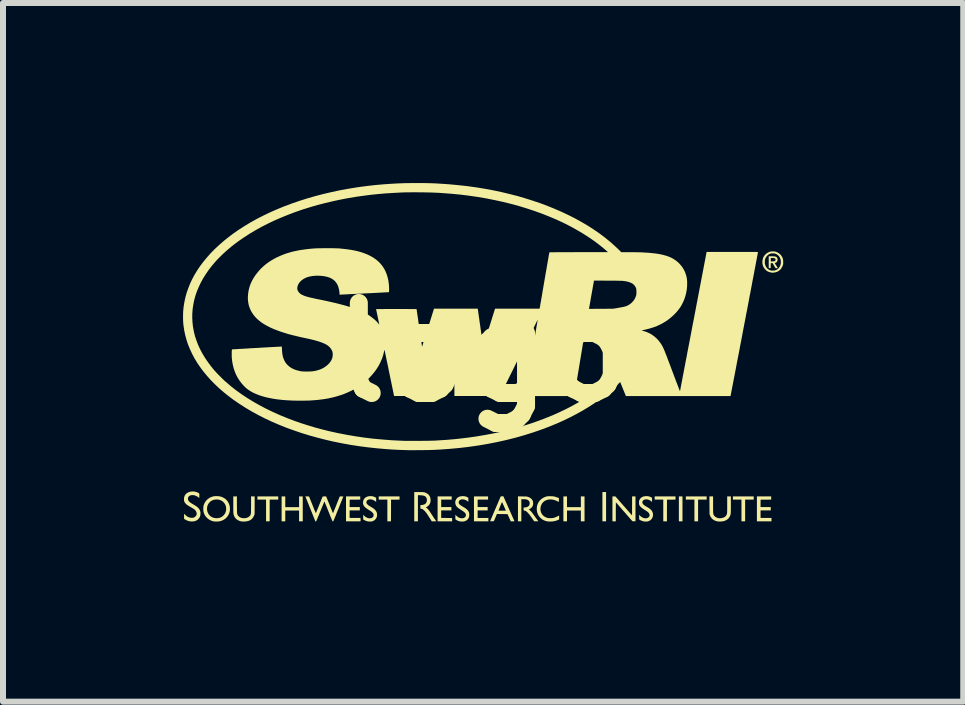
<source format=kicad_pcb>
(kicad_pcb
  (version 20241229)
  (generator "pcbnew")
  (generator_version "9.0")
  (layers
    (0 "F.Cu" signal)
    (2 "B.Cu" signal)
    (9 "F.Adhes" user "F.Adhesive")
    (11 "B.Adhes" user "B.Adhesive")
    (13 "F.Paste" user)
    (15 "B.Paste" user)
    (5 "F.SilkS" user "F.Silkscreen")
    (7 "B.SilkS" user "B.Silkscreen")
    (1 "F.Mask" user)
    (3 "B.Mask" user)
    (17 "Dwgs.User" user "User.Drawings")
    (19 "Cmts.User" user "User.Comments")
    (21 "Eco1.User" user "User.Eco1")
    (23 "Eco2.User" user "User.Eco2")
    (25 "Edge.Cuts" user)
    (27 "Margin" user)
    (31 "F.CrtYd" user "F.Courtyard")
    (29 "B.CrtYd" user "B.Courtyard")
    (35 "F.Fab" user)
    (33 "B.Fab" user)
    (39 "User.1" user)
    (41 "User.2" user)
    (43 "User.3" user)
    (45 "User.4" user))
  (footprint "logo"
    (layer "F.Cu")
    (at 5 2.82)
    (property "Reference" "logo" (at 0 0 0) (layer "F.SilkS") (effects (font (size 1.5 1.5) (thickness 0.3))))
    (attr board_only exclude_from_pos_files exclude_from_bom)
    (fp_poly (pts (xy 2.048 2.572) (xy 2.048 2.816) (xy 2.017 2.816) (xy 1.987 2.816) (xy 1.987 2.572) (xy 1.987 2.328) (xy 2.017 2.328) (xy 2.048 2.328)) (stroke (width 0) (type solid)) (fill yes) (layer "F.SilkS"))
    (fp_poly (pts (xy 3.321 2.608) (xy 3.321 2.816) (xy 3.291 2.816) (xy 3.261 2.816) (xy 3.261 2.608) (xy 3.261 2.401) (xy 3.291 2.401) (xy 3.321 2.401)) (stroke (width 0) (type solid)) (fill yes) (layer "F.SilkS"))
    (fp_poly (pts (xy -3.414 2.427) (xy -3.414 2.454) (xy -3.485 2.454) (xy -3.557 2.454) (xy -3.557 2.635) (xy -3.557 2.816) (xy -3.587 2.816) (xy -3.617 2.816) (xy -3.617 2.635) (xy -3.617 2.454) (xy -3.689 2.454) (xy -3.761 2.454) (xy -3.761 2.427) (xy -3.761 2.401) (xy -3.587 2.401) (xy -3.414 2.401)) (stroke (width 0) (type solid)) (fill yes) (layer "F.SilkS"))
    (fp_poly (pts (xy -1.393 2.427) (xy -1.393 2.454) (xy -1.464 2.455) (xy -1.535 2.455) (xy -1.535 2.635) (xy -1.536 2.816) (xy -1.566 2.816) (xy -1.596 2.816) (xy -1.596 2.635) (xy -1.596 2.454) (xy -1.668 2.454) (xy -1.74 2.454) (xy -1.74 2.427) (xy -1.74 2.401) (xy -1.566 2.401) (xy -1.393 2.401)) (stroke (width 0) (type solid)) (fill yes) (layer "F.SilkS"))
    (fp_poly (pts (xy 3.205 2.427) (xy 3.205 2.454) (xy 3.134 2.455) (xy 3.063 2.455) (xy 3.062 2.635) (xy 3.062 2.816) (xy 3.032 2.816) (xy 3.001 2.816) (xy 3.001 2.635) (xy 3.001 2.454) (xy 2.93 2.454) (xy 2.858 2.454) (xy 2.858 2.427) (xy 2.858 2.401) (xy 3.032 2.401) (xy 3.205 2.401)) (stroke (width 0) (type solid)) (fill yes) (layer "F.SilkS"))
    (fp_poly (pts (xy 3.724 2.427) (xy 3.724 2.454) (xy 3.653 2.454) (xy 3.581 2.454) (xy 3.581 2.635) (xy 3.581 2.816) (xy 3.551 2.816) (xy 3.52 2.816) (xy 3.52 2.635) (xy 3.52 2.454) (xy 3.449 2.454) (xy 3.377 2.454) (xy 3.377 2.427) (xy 3.377 2.401) (xy 3.551 2.401) (xy 3.724 2.401)) (stroke (width 0) (type solid)) (fill yes) (layer "F.SilkS"))
    (fp_poly (pts (xy 4.508 2.427) (xy 4.508 2.454) (xy 4.436 2.454) (xy 4.365 2.454) (xy 4.365 2.635) (xy 4.365 2.816) (xy 4.334 2.816) (xy 4.304 2.816) (xy 4.304 2.635) (xy 4.304 2.454) (xy 4.233 2.454) (xy 4.161 2.454) (xy 4.161 2.427) (xy 4.161 2.401) (xy 4.334 2.401) (xy 4.508 2.401)) (stroke (width 0) (type solid)) (fill yes) (layer "F.SilkS"))
    (fp_poly (pts (xy -3.297 2.491) (xy -3.297 2.58) (xy -3.182 2.58) (xy -3.067 2.58) (xy -3.067 2.491) (xy -3.067 2.401) (xy -3.036 2.401) (xy -3.006 2.401) (xy -3.006 2.608) (xy -3.006 2.816) (xy -3.036 2.816) (xy -3.067 2.816) (xy -3.067 2.726) (xy -3.067 2.636) (xy -3.182 2.636) (xy -3.297 2.636) (xy -3.297 2.726) (xy -3.297 2.816) (xy -3.328 2.816) (xy -3.358 2.816) (xy -3.358 2.608) (xy -3.358 2.401) (xy -3.328 2.401) (xy -3.297 2.401)) (stroke (width 0) (type solid)) (fill yes) (layer "F.SilkS"))
    (fp_poly (pts (xy -2.048 2.427) (xy -2.048 2.454) (xy -2.136 2.455) (xy -2.224 2.455) (xy -2.224 2.517) (xy -2.225 2.578) (xy -2.14 2.578) (xy -2.055 2.578) (xy -2.055 2.606) (xy -2.055 2.634) (xy -2.14 2.634) (xy -2.225 2.634) (xy -2.225 2.697) (xy -2.225 2.76) (xy -2.134 2.76) (xy -2.043 2.76) (xy -2.043 2.788) (xy -2.043 2.816) (xy -2.164 2.816) (xy -2.285 2.816) (xy -2.285 2.608) (xy -2.285 2.401) (xy -2.167 2.401) (xy -2.048 2.401)) (stroke (width 0) (type solid)) (fill yes) (layer "F.SilkS"))
    (fp_poly (pts (xy -0.524 2.427) (xy -0.524 2.454) (xy -0.611 2.454) (xy -0.699 2.454) (xy -0.699 2.516) (xy -0.699 2.578) (xy -0.614 2.578) (xy -0.529 2.578) (xy -0.529 2.606) (xy -0.529 2.634) (xy -0.614 2.634) (xy -0.699 2.634) (xy -0.699 2.697) (xy -0.699 2.76) (xy -0.608 2.76) (xy -0.518 2.761) (xy -0.517 2.788) (xy -0.517 2.816) (xy -0.638 2.816) (xy -0.759 2.816) (xy -0.759 2.608) (xy -0.759 2.401) (xy -0.642 2.401) (xy -0.524 2.401)) (stroke (width 0) (type solid)) (fill yes) (layer "F.SilkS"))
    (fp_poly (pts (xy 0.082 2.427) (xy 0.082 2.454) (xy -0.005 2.454) (xy -0.092 2.454) (xy -0.092 2.516) (xy -0.092 2.578) (xy -0.008 2.578) (xy 0.075 2.578) (xy 0.075 2.606) (xy 0.075 2.634) (xy -0.008 2.634) (xy -0.092 2.634) (xy -0.092 2.697) (xy -0.092 2.76) (xy -0.002 2.76) (xy 0.087 2.76) (xy 0.087 2.788) (xy 0.087 2.816) (xy -0.033 2.816) (xy -0.153 2.816) (xy -0.153 2.608) (xy -0.153 2.401) (xy -0.035 2.401) (xy 0.082 2.401)) (stroke (width 0) (type solid)) (fill yes) (layer "F.SilkS"))
    (fp_poly (pts (xy 1.397 2.491) (xy 1.397 2.58) (xy 1.513 2.58) (xy 1.628 2.58) (xy 1.628 2.491) (xy 1.628 2.401) (xy 1.658 2.401) (xy 1.689 2.401) (xy 1.689 2.608) (xy 1.689 2.816) (xy 1.658 2.816) (xy 1.628 2.816) (xy 1.628 2.726) (xy 1.628 2.636) (xy 1.513 2.636) (xy 1.397 2.636) (xy 1.397 2.726) (xy 1.397 2.816) (xy 1.367 2.816) (xy 1.337 2.816) (xy 1.337 2.608) (xy 1.337 2.401) (xy 1.367 2.401) (xy 1.397 2.401)) (stroke (width 0) (type solid)) (fill yes) (layer "F.SilkS"))
    (fp_poly (pts (xy 4.799 2.427) (xy 4.799 2.454) (xy 4.711 2.455) (xy 4.623 2.455) (xy 4.622 2.517) (xy 4.622 2.578) (xy 4.707 2.578) (xy 4.792 2.578) (xy 4.792 2.606) (xy 4.792 2.634) (xy 4.707 2.634) (xy 4.622 2.634) (xy 4.622 2.697) (xy 4.622 2.76) (xy 4.713 2.76) (xy 4.804 2.76) (xy 4.804 2.788) (xy 4.804 2.816) (xy 4.683 2.816) (xy 4.561 2.816) (xy 4.561 2.608) (xy 4.561 2.401) (xy 4.68 2.401) (xy 4.799 2.401)) (stroke (width 0) (type solid)) (fill yes) (layer "F.SilkS"))
    (fp_poly (pts (xy 2.342 2.559) (xy 2.481 2.718) (xy 2.481 2.559) (xy 2.482 2.401) (xy 2.51 2.401) (xy 2.538 2.401) (xy 2.538 2.608) (xy 2.538 2.816) (xy 2.512 2.815) (xy 2.486 2.814) (xy 2.35 2.657) (xy 2.329 2.634) (xy 2.31 2.611) (xy 2.291 2.59) (xy 2.274 2.57) (xy 2.259 2.553) (xy 2.245 2.537) (xy 2.233 2.524) (xy 2.224 2.513) (xy 2.217 2.506) (xy 2.213 2.501) (xy 2.212 2.5) (xy 2.212 2.503) (xy 2.211 2.509) (xy 2.211 2.52) (xy 2.211 2.535) (xy 2.211 2.553) (xy 2.211 2.573) (xy 2.21 2.596) (xy 2.21 2.621) (xy 2.21 2.648) (xy 2.21 2.658) (xy 2.21 2.816) (xy 2.182 2.816) (xy 2.154 2.816) (xy 2.154 2.608) (xy 2.154 2.401) (xy 2.179 2.401) (xy 2.203 2.401)) (stroke (width 0) (type solid)) (fill yes) (layer "F.SilkS"))
    (fp_poly (pts (xy 3.831 2.538) (xy 3.831 2.569) (xy 3.831 2.595) (xy 3.831 2.618) (xy 3.831 2.637) (xy 3.832 2.653) (xy 3.832 2.666) (xy 3.833 2.676) (xy 3.834 2.685) (xy 3.835 2.692) (xy 3.836 2.698) (xy 3.838 2.703) (xy 3.84 2.707) (xy 3.842 2.712) (xy 3.851 2.724) (xy 3.863 2.737) (xy 3.879 2.747) (xy 3.896 2.756) (xy 3.913 2.762) (xy 3.915 2.762) (xy 3.938 2.765) (xy 3.961 2.764) (xy 3.985 2.76) (xy 4.007 2.752) (xy 4.012 2.75) (xy 4.03 2.74) (xy 4.044 2.726) (xy 4.055 2.71) (xy 4.062 2.69) (xy 4.064 2.68) (xy 4.064 2.674) (xy 4.065 2.663) (xy 4.065 2.648) (xy 4.066 2.629) (xy 4.066 2.607) (xy 4.066 2.582) (xy 4.066 2.553) (xy 4.066 2.532) (xy 4.066 2.401) (xy 4.097 2.401) (xy 4.127 2.401) (xy 4.127 2.536) (xy 4.127 2.567) (xy 4.127 2.595) (xy 4.127 2.619) (xy 4.126 2.641) (xy 4.126 2.659) (xy 4.125 2.673) (xy 4.125 2.683) (xy 4.124 2.687) (xy 4.118 2.715) (xy 4.107 2.739) (xy 4.093 2.761) (xy 4.075 2.779) (xy 4.054 2.794) (xy 4.029 2.806) (xy 4.007 2.813) (xy 3.993 2.816) (xy 3.975 2.818) (xy 3.956 2.819) (xy 3.937 2.82) (xy 3.919 2.819) (xy 3.905 2.817) (xy 3.903 2.817) (xy 3.874 2.809) (xy 3.848 2.798) (xy 3.826 2.783) (xy 3.807 2.765) (xy 3.792 2.744) (xy 3.78 2.72) (xy 3.778 2.715) (xy 3.772 2.696) (xy 3.771 2.548) (xy 3.77 2.401) (xy 3.801 2.401) (xy 3.831 2.401)) (stroke (width 0) (type solid)) (fill yes) (layer "F.SilkS"))
    (fp_poly (pts (xy -4.103 2.531) (xy -4.103 2.556) (xy -4.102 2.581) (xy -4.102 2.604) (xy -4.102 2.625) (xy -4.102 2.643) (xy -4.101 2.658) (xy -4.101 2.67) (xy -4.1 2.677) (xy -4.1 2.679) (xy -4.096 2.698) (xy -4.09 2.713) (xy -4.079 2.727) (xy -4.075 2.731) (xy -4.058 2.745) (xy -4.038 2.755) (xy -4.016 2.762) (xy -3.991 2.764) (xy -3.966 2.763) (xy -3.953 2.761) (xy -3.931 2.755) (xy -3.912 2.746) (xy -3.896 2.734) (xy -3.884 2.721) (xy -3.879 2.713) (xy -3.877 2.708) (xy -3.875 2.704) (xy -3.873 2.699) (xy -3.872 2.693) (xy -3.87 2.686) (xy -3.869 2.678) (xy -3.869 2.668) (xy -3.868 2.655) (xy -3.868 2.64) (xy -3.868 2.622) (xy -3.867 2.6) (xy -3.867 2.574) (xy -3.867 2.544) (xy -3.867 2.539) (xy -3.867 2.401) (xy -3.837 2.401) (xy -3.807 2.401) (xy -3.807 2.548) (xy -3.808 2.696) (xy -3.815 2.715) (xy -3.826 2.74) (xy -3.841 2.762) (xy -3.859 2.781) (xy -3.88 2.796) (xy -3.904 2.807) (xy -3.906 2.807) (xy -3.927 2.813) (xy -3.95 2.817) (xy -3.975 2.82) (xy -3.999 2.82) (xy -4.021 2.819) (xy -4.025 2.818) (xy -4.054 2.811) (xy -4.08 2.8) (xy -4.103 2.786) (xy -4.122 2.769) (xy -4.138 2.749) (xy -4.15 2.726) (xy -4.158 2.7) (xy -4.161 2.686) (xy -4.161 2.68) (xy -4.162 2.67) (xy -4.162 2.656) (xy -4.163 2.638) (xy -4.163 2.618) (xy -4.163 2.595) (xy -4.163 2.57) (xy -4.163 2.543) (xy -4.163 2.535) (xy -4.163 2.401) (xy -4.133 2.401) (xy -4.103 2.401)) (stroke (width 0) (type solid)) (fill yes) (layer "F.SilkS"))
    (fp_poly (pts (xy 4.827 -1.6) (xy 4.844 -1.599) (xy 4.857 -1.598) (xy 4.868 -1.596) (xy 4.877 -1.593) (xy 4.884 -1.589) (xy 4.89 -1.584) (xy 4.892 -1.583) (xy 4.9 -1.571) (xy 4.904 -1.558) (xy 4.906 -1.543) (xy 4.904 -1.528) (xy 4.899 -1.515) (xy 4.893 -1.506) (xy 4.887 -1.501) (xy 4.88 -1.496) (xy 4.873 -1.493) (xy 4.867 -1.491) (xy 4.866 -1.491) (xy 4.863 -1.49) (xy 4.861 -1.489) (xy 4.86 -1.486) (xy 4.862 -1.482) (xy 4.865 -1.474) (xy 4.871 -1.464) (xy 4.88 -1.451) (xy 4.883 -1.447) (xy 4.891 -1.434) (xy 4.897 -1.423) (xy 4.903 -1.414) (xy 4.907 -1.407) (xy 4.908 -1.404) (xy 4.908 -1.404) (xy 4.906 -1.402) (xy 4.9 -1.401) (xy 4.893 -1.401) (xy 4.885 -1.401) (xy 4.878 -1.402) (xy 4.872 -1.404) (xy 4.871 -1.404) (xy 4.869 -1.408) (xy 4.865 -1.414) (xy 4.859 -1.423) (xy 4.852 -1.435) (xy 4.845 -1.447) (xy 4.822 -1.486) (xy 4.807 -1.486) (xy 4.792 -1.486) (xy 4.791 -1.444) (xy 4.791 -1.402) (xy 4.776 -1.402) (xy 4.768 -1.402) (xy 4.762 -1.402) (xy 4.76 -1.403) (xy 4.759 -1.405) (xy 4.759 -1.412) (xy 4.758 -1.423) (xy 4.758 -1.437) (xy 4.758 -1.454) (xy 4.758 -1.473) (xy 4.758 -1.494) (xy 4.758 -1.502) (xy 4.758 -1.543) (xy 4.792 -1.543) (xy 4.792 -1.515) (xy 4.815 -1.515) (xy 4.827 -1.515) (xy 4.838 -1.516) (xy 4.847 -1.517) (xy 4.85 -1.518) (xy 4.861 -1.522) (xy 4.868 -1.528) (xy 4.871 -1.537) (xy 4.872 -1.544) (xy 4.871 -1.553) (xy 4.867 -1.56) (xy 4.861 -1.565) (xy 4.852 -1.568) (xy 4.839 -1.57) (xy 4.821 -1.571) (xy 4.817 -1.571) (xy 4.792 -1.571) (xy 4.792 -1.543) (xy 4.758 -1.543) (xy 4.758 -1.6) (xy 4.806 -1.6)) (stroke (width 0) (type solid)) (fill yes) (layer "F.SilkS"))
    (fp_poly (pts (xy 0.653 2.401) (xy 0.674 2.402) (xy 0.691 2.402) (xy 0.705 2.402) (xy 0.715 2.403) (xy 0.724 2.403) (xy 0.73 2.404) (xy 0.736 2.405) (xy 0.741 2.407) (xy 0.745 2.408) (xy 0.769 2.417) (xy 0.789 2.429) (xy 0.806 2.444) (xy 0.819 2.461) (xy 0.828 2.48) (xy 0.832 2.499) (xy 0.833 2.519) (xy 0.831 2.539) (xy 0.826 2.556) (xy 0.823 2.563) (xy 0.815 2.577) (xy 0.803 2.59) (xy 0.789 2.602) (xy 0.775 2.611) (xy 0.775 2.611) (xy 0.76 2.618) (xy 0.777 2.631) (xy 0.787 2.64) (xy 0.797 2.65) (xy 0.808 2.662) (xy 0.819 2.677) (xy 0.832 2.694) (xy 0.847 2.716) (xy 0.849 2.717) (xy 0.859 2.732) (xy 0.87 2.748) (xy 0.882 2.764) (xy 0.892 2.778) (xy 0.896 2.783) (xy 0.904 2.794) (xy 0.911 2.803) (xy 0.916 2.809) (xy 0.919 2.813) (xy 0.92 2.814) (xy 0.917 2.815) (xy 0.911 2.815) (xy 0.902 2.815) (xy 0.89 2.815) (xy 0.885 2.815) (xy 0.85 2.815) (xy 0.822 2.775) (xy 0.803 2.747) (xy 0.785 2.723) (xy 0.77 2.703) (xy 0.756 2.686) (xy 0.743 2.672) (xy 0.732 2.661) (xy 0.721 2.652) (xy 0.711 2.645) (xy 0.701 2.641) (xy 0.69 2.638) (xy 0.686 2.637) (xy 0.674 2.636) (xy 0.674 2.61) (xy 0.674 2.585) (xy 0.689 2.585) (xy 0.71 2.583) (xy 0.728 2.579) (xy 0.745 2.571) (xy 0.758 2.561) (xy 0.768 2.549) (xy 0.772 2.54) (xy 0.774 2.529) (xy 0.775 2.515) (xy 0.774 2.502) (xy 0.772 2.492) (xy 0.766 2.481) (xy 0.757 2.471) (xy 0.747 2.462) (xy 0.742 2.459) (xy 0.729 2.454) (xy 0.713 2.45) (xy 0.693 2.448) (xy 0.67 2.447) (xy 0.665 2.447) (xy 0.636 2.447) (xy 0.636 2.631) (xy 0.636 2.816) (xy 0.608 2.816) (xy 0.58 2.816) (xy 0.58 2.608) (xy 0.58 2.4)) (stroke (width 0) (type solid)) (fill yes) (layer "F.SilkS"))
    (fp_poly (pts (xy -1.858 2.397) (xy -1.84 2.399) (xy -1.824 2.404) (xy -1.806 2.412) (xy -1.803 2.413) (xy -1.783 2.423) (xy -1.783 2.458) (xy -1.783 2.493) (xy -1.797 2.482) (xy -1.814 2.47) (xy -1.832 2.461) (xy -1.851 2.454) (xy -1.869 2.451) (xy -1.886 2.45) (xy -1.902 2.452) (xy -1.916 2.456) (xy -1.928 2.464) (xy -1.938 2.474) (xy -1.943 2.486) (xy -1.945 2.495) (xy -1.945 2.506) (xy -1.942 2.516) (xy -1.936 2.526) (xy -1.927 2.536) (xy -1.914 2.547) (xy -1.898 2.558) (xy -1.877 2.571) (xy -1.858 2.582) (xy -1.842 2.592) (xy -1.83 2.6) (xy -1.819 2.608) (xy -1.81 2.616) (xy -1.802 2.624) (xy -1.799 2.627) (xy -1.784 2.646) (xy -1.774 2.666) (xy -1.769 2.688) (xy -1.767 2.712) (xy -1.77 2.735) (xy -1.777 2.756) (xy -1.788 2.774) (xy -1.803 2.791) (xy -1.821 2.804) (xy -1.841 2.814) (xy -1.853 2.817) (xy -1.868 2.819) (xy -1.884 2.82) (xy -1.901 2.82) (xy -1.916 2.818) (xy -1.924 2.817) (xy -1.951 2.809) (xy -1.976 2.798) (xy -1.982 2.794) (xy -1.998 2.785) (xy -1.999 2.746) (xy -1.999 2.707) (xy -1.981 2.725) (xy -1.964 2.739) (xy -1.946 2.75) (xy -1.928 2.759) (xy -1.909 2.764) (xy -1.89 2.766) (xy -1.873 2.765) (xy -1.858 2.76) (xy -1.844 2.752) (xy -1.833 2.741) (xy -1.83 2.737) (xy -1.826 2.724) (xy -1.825 2.71) (xy -1.827 2.695) (xy -1.829 2.69) (xy -1.836 2.68) (xy -1.846 2.668) (xy -1.859 2.657) (xy -1.874 2.645) (xy -1.884 2.639) (xy -1.909 2.624) (xy -1.929 2.61) (xy -1.946 2.598) (xy -1.959 2.588) (xy -1.97 2.578) (xy -1.979 2.569) (xy -1.986 2.559) (xy -1.992 2.549) (xy -1.993 2.547) (xy -1.999 2.53) (xy -2.002 2.511) (xy -2.001 2.491) (xy -1.997 2.471) (xy -1.99 2.453) (xy -1.988 2.45) (xy -1.975 2.432) (xy -1.958 2.418) (xy -1.938 2.407) (xy -1.916 2.4) (xy -1.89 2.396) (xy -1.877 2.396)) (stroke (width 0) (type solid)) (fill yes) (layer "F.SilkS"))
    (fp_poly (pts (xy -0.313 2.398) (xy -0.295 2.401) (xy -0.279 2.406) (xy -0.263 2.414) (xy -0.26 2.416) (xy -0.247 2.423) (xy -0.247 2.457) (xy -0.247 2.491) (xy -0.254 2.486) (xy -0.26 2.482) (xy -0.267 2.476) (xy -0.275 2.471) (xy -0.292 2.462) (xy -0.31 2.455) (xy -0.328 2.451) (xy -0.345 2.45) (xy -0.361 2.451) (xy -0.376 2.455) (xy -0.388 2.462) (xy -0.398 2.471) (xy -0.405 2.482) (xy -0.408 2.495) (xy -0.408 2.497) (xy -0.407 2.506) (xy -0.406 2.514) (xy -0.403 2.521) (xy -0.398 2.528) (xy -0.391 2.536) (xy -0.382 2.544) (xy -0.369 2.553) (xy -0.353 2.563) (xy -0.334 2.575) (xy -0.318 2.584) (xy -0.293 2.6) (xy -0.273 2.616) (xy -0.257 2.632) (xy -0.245 2.649) (xy -0.237 2.667) (xy -0.232 2.686) (xy -0.231 2.708) (xy -0.231 2.708) (xy -0.233 2.731) (xy -0.239 2.753) (xy -0.249 2.772) (xy -0.263 2.789) (xy -0.28 2.802) (xy -0.3 2.812) (xy -0.32 2.818) (xy -0.333 2.82) (xy -0.348 2.82) (xy -0.364 2.82) (xy -0.378 2.818) (xy -0.382 2.818) (xy -0.4 2.814) (xy -0.419 2.807) (xy -0.437 2.799) (xy -0.452 2.79) (xy -0.456 2.787) (xy -0.463 2.781) (xy -0.463 2.744) (xy -0.463 2.706) (xy -0.445 2.724) (xy -0.428 2.738) (xy -0.413 2.749) (xy -0.397 2.757) (xy -0.381 2.762) (xy -0.368 2.764) (xy -0.349 2.765) (xy -0.331 2.763) (xy -0.317 2.757) (xy -0.304 2.749) (xy -0.295 2.739) (xy -0.289 2.727) (xy -0.287 2.713) (xy -0.289 2.699) (xy -0.293 2.687) (xy -0.301 2.677) (xy -0.312 2.665) (xy -0.328 2.652) (xy -0.349 2.638) (xy -0.365 2.627) (xy -0.387 2.614) (xy -0.404 2.602) (xy -0.418 2.592) (xy -0.43 2.582) (xy -0.439 2.572) (xy -0.446 2.563) (xy -0.453 2.552) (xy -0.456 2.545) (xy -0.463 2.526) (xy -0.465 2.506) (xy -0.464 2.486) (xy -0.458 2.466) (xy -0.449 2.447) (xy -0.436 2.431) (xy -0.433 2.428) (xy -0.417 2.415) (xy -0.399 2.406) (xy -0.379 2.4) (xy -0.357 2.397) (xy -0.334 2.396)) (stroke (width 0) (type solid)) (fill yes) (layer "F.SilkS"))
    (fp_poly (pts (xy 0.341 2.407) (xy 0.342 2.411) (xy 0.345 2.418) (xy 0.35 2.429) (xy 0.357 2.443) (xy 0.364 2.46) (xy 0.373 2.48) (xy 0.383 2.501) (xy 0.393 2.525) (xy 0.404 2.549) (xy 0.415 2.575) (xy 0.427 2.601) (xy 0.438 2.627) (xy 0.45 2.653) (xy 0.461 2.678) (xy 0.472 2.702) (xy 0.482 2.725) (xy 0.491 2.746) (xy 0.5 2.765) (xy 0.507 2.781) (xy 0.513 2.794) (xy 0.517 2.804) (xy 0.52 2.811) (xy 0.521 2.813) (xy 0.52 2.814) (xy 0.517 2.815) (xy 0.51 2.815) (xy 0.499 2.816) (xy 0.491 2.816) (xy 0.46 2.816) (xy 0.433 2.756) (xy 0.406 2.696) (xy 0.317 2.695) (xy 0.229 2.694) (xy 0.204 2.754) (xy 0.178 2.814) (xy 0.147 2.815) (xy 0.136 2.815) (xy 0.126 2.815) (xy 0.119 2.815) (xy 0.117 2.814) (xy 0.117 2.814) (xy 0.117 2.811) (xy 0.12 2.805) (xy 0.125 2.794) (xy 0.13 2.78) (xy 0.138 2.763) (xy 0.146 2.743) (xy 0.156 2.721) (xy 0.166 2.696) (xy 0.178 2.669) (xy 0.19 2.64) (xy 0.191 2.637) (xy 0.255 2.637) (xy 0.257 2.637) (xy 0.264 2.638) (xy 0.274 2.638) (xy 0.287 2.638) (xy 0.302 2.638) (xy 0.317 2.639) (xy 0.333 2.638) (xy 0.348 2.638) (xy 0.361 2.638) (xy 0.371 2.638) (xy 0.377 2.638) (xy 0.378 2.637) (xy 0.378 2.635) (xy 0.375 2.629) (xy 0.371 2.619) (xy 0.366 2.608) (xy 0.36 2.594) (xy 0.353 2.579) (xy 0.346 2.564) (xy 0.34 2.549) (xy 0.333 2.535) (xy 0.328 2.522) (xy 0.323 2.511) (xy 0.319 2.503) (xy 0.317 2.499) (xy 0.317 2.498) (xy 0.316 2.497) (xy 0.315 2.497) (xy 0.313 2.498) (xy 0.311 2.502) (xy 0.308 2.508) (xy 0.304 2.517) (xy 0.299 2.529) (xy 0.292 2.545) (xy 0.284 2.564) (xy 0.277 2.581) (xy 0.271 2.598) (xy 0.265 2.612) (xy 0.26 2.623) (xy 0.257 2.631) (xy 0.255 2.636) (xy 0.255 2.637) (xy 0.191 2.637) (xy 0.203 2.611) (xy 0.205 2.606) (xy 0.293 2.4) (xy 0.315 2.399) (xy 0.336 2.398)) (stroke (width 0) (type solid)) (fill yes) (layer "F.SilkS"))
    (fp_poly (pts (xy 2.745 2.397) (xy 2.768 2.402) (xy 2.79 2.411) (xy 2.798 2.415) (xy 2.814 2.424) (xy 2.814 2.458) (xy 2.814 2.493) (xy 2.801 2.482) (xy 2.784 2.47) (xy 2.764 2.46) (xy 2.745 2.453) (xy 2.735 2.451) (xy 2.716 2.45) (xy 2.699 2.451) (xy 2.683 2.456) (xy 2.671 2.463) (xy 2.661 2.473) (xy 2.654 2.484) (xy 2.652 2.498) (xy 2.652 2.498) (xy 2.654 2.51) (xy 2.659 2.522) (xy 2.668 2.534) (xy 2.68 2.545) (xy 2.697 2.557) (xy 2.715 2.568) (xy 2.741 2.583) (xy 2.763 2.597) (xy 2.781 2.61) (xy 2.795 2.623) (xy 2.807 2.636) (xy 2.815 2.649) (xy 2.822 2.663) (xy 2.826 2.678) (xy 2.829 2.692) (xy 2.83 2.715) (xy 2.826 2.737) (xy 2.819 2.758) (xy 2.807 2.776) (xy 2.792 2.792) (xy 2.774 2.805) (xy 2.753 2.814) (xy 2.745 2.817) (xy 2.732 2.819) (xy 2.715 2.82) (xy 2.698 2.82) (xy 2.681 2.818) (xy 2.674 2.817) (xy 2.647 2.809) (xy 2.621 2.798) (xy 2.615 2.794) (xy 2.6 2.785) (xy 2.599 2.746) (xy 2.598 2.707) (xy 2.616 2.725) (xy 2.634 2.74) (xy 2.653 2.752) (xy 2.673 2.76) (xy 2.692 2.765) (xy 2.711 2.766) (xy 2.729 2.763) (xy 2.745 2.757) (xy 2.759 2.746) (xy 2.762 2.743) (xy 2.77 2.731) (xy 2.773 2.718) (xy 2.772 2.704) (xy 2.767 2.689) (xy 2.758 2.675) (xy 2.745 2.662) (xy 2.74 2.657) (xy 2.732 2.652) (xy 2.722 2.645) (xy 2.71 2.637) (xy 2.698 2.629) (xy 2.696 2.628) (xy 2.674 2.614) (xy 2.655 2.601) (xy 2.641 2.59) (xy 2.629 2.58) (xy 2.619 2.57) (xy 2.612 2.56) (xy 2.605 2.55) (xy 2.604 2.547) (xy 2.601 2.541) (xy 2.599 2.535) (xy 2.598 2.529) (xy 2.597 2.521) (xy 2.597 2.51) (xy 2.597 2.504) (xy 2.597 2.491) (xy 2.598 2.482) (xy 2.598 2.476) (xy 2.6 2.47) (xy 2.603 2.463) (xy 2.606 2.456) (xy 2.618 2.437) (xy 2.633 2.422) (xy 2.651 2.41) (xy 2.673 2.402) (xy 2.698 2.397) (xy 2.72 2.396)) (stroke (width 0) (type solid)) (fill yes) (layer "F.SilkS"))
    (fp_poly (pts (xy 1.138 2.398) (xy 1.155 2.398) (xy 1.169 2.4) (xy 1.183 2.402) (xy 1.197 2.406) (xy 1.213 2.411) (xy 1.232 2.417) (xy 1.237 2.419) (xy 1.262 2.428) (xy 1.262 2.461) (xy 1.262 2.473) (xy 1.261 2.482) (xy 1.261 2.489) (xy 1.261 2.493) (xy 1.26 2.493) (xy 1.258 2.492) (xy 1.252 2.489) (xy 1.245 2.485) (xy 1.244 2.485) (xy 1.214 2.471) (xy 1.184 2.46) (xy 1.154 2.454) (xy 1.124 2.451) (xy 1.095 2.453) (xy 1.067 2.458) (xy 1.042 2.468) (xy 1.04 2.469) (xy 1.017 2.482) (xy 0.998 2.499) (xy 0.982 2.518) (xy 0.97 2.54) (xy 0.961 2.563) (xy 0.956 2.587) (xy 0.954 2.611) (xy 0.956 2.636) (xy 0.962 2.66) (xy 0.972 2.683) (xy 0.987 2.705) (xy 0.998 2.718) (xy 1.019 2.735) (xy 1.042 2.748) (xy 1.069 2.758) (xy 1.072 2.759) (xy 1.086 2.762) (xy 1.102 2.763) (xy 1.12 2.763) (xy 1.139 2.763) (xy 1.157 2.761) (xy 1.172 2.759) (xy 1.175 2.758) (xy 1.2 2.75) (xy 1.224 2.74) (xy 1.246 2.729) (xy 1.248 2.728) (xy 1.256 2.724) (xy 1.262 2.72) (xy 1.265 2.719) (xy 1.265 2.719) (xy 1.266 2.721) (xy 1.266 2.727) (xy 1.266 2.736) (xy 1.266 2.748) (xy 1.266 2.751) (xy 1.266 2.784) (xy 1.255 2.79) (xy 1.239 2.797) (xy 1.22 2.804) (xy 1.2 2.81) (xy 1.186 2.813) (xy 1.172 2.816) (xy 1.154 2.818) (xy 1.134 2.819) (xy 1.114 2.82) (xy 1.094 2.819) (xy 1.078 2.818) (xy 1.068 2.817) (xy 1.037 2.809) (xy 1.008 2.797) (xy 0.982 2.782) (xy 0.959 2.763) (xy 0.938 2.741) (xy 0.921 2.717) (xy 0.908 2.69) (xy 0.899 2.662) (xy 0.894 2.631) (xy 0.893 2.612) (xy 0.895 2.578) (xy 0.901 2.547) (xy 0.912 2.518) (xy 0.927 2.491) (xy 0.946 2.467) (xy 0.968 2.446) (xy 0.994 2.428) (xy 1.023 2.413) (xy 1.049 2.404) (xy 1.057 2.402) (xy 1.064 2.4) (xy 1.071 2.399) (xy 1.078 2.398) (xy 1.088 2.398) (xy 1.1 2.397) (xy 1.116 2.397) (xy 1.118 2.397)) (stroke (width 0) (type solid)) (fill yes) (layer "F.SilkS"))
    (fp_poly (pts (xy -1.068 2.328) (xy -1.046 2.329) (xy -1.029 2.329) (xy -1.015 2.329) (xy -1.004 2.33) (xy -0.995 2.33) (xy -0.988 2.331) (xy -0.983 2.332) (xy -0.978 2.333) (xy -0.973 2.334) (xy -0.972 2.335) (xy -0.946 2.346) (xy -0.924 2.359) (xy -0.906 2.375) (xy -0.893 2.394) (xy -0.883 2.415) (xy -0.88 2.426) (xy -0.878 2.44) (xy -0.876 2.456) (xy -0.876 2.472) (xy -0.877 2.486) (xy -0.878 2.495) (xy -0.885 2.516) (xy -0.896 2.536) (xy -0.91 2.553) (xy -0.927 2.568) (xy -0.939 2.575) (xy -0.946 2.579) (xy -0.951 2.582) (xy -0.953 2.584) (xy -0.954 2.584) (xy -0.952 2.586) (xy -0.947 2.589) (xy -0.941 2.595) (xy -0.94 2.595) (xy -0.932 2.601) (xy -0.924 2.609) (xy -0.916 2.618) (xy -0.907 2.629) (xy -0.897 2.642) (xy -0.886 2.658) (xy -0.874 2.676) (xy -0.86 2.698) (xy -0.843 2.724) (xy -0.843 2.724) (xy -0.835 2.737) (xy -0.826 2.751) (xy -0.815 2.766) (xy -0.806 2.78) (xy -0.806 2.78) (xy -0.798 2.791) (xy -0.792 2.8) (xy -0.786 2.807) (xy -0.783 2.812) (xy -0.783 2.813) (xy -0.783 2.814) (xy -0.786 2.815) (xy -0.793 2.815) (xy -0.803 2.816) (xy -0.818 2.816) (xy -0.818 2.816) (xy -0.856 2.816) (xy -0.896 2.753) (xy -0.911 2.73) (xy -0.924 2.71) (xy -0.935 2.693) (xy -0.945 2.679) (xy -0.953 2.668) (xy -0.961 2.658) (xy -0.969 2.649) (xy -0.976 2.642) (xy -0.983 2.635) (xy -0.998 2.622) (xy -1.013 2.612) (xy -1.027 2.607) (xy -1.035 2.605) (xy -1.046 2.604) (xy -1.046 2.576) (xy -1.046 2.547) (xy -1.021 2.544) (xy -0.998 2.54) (xy -0.98 2.534) (xy -0.965 2.525) (xy -0.953 2.513) (xy -0.944 2.498) (xy -0.94 2.484) (xy -0.938 2.468) (xy -0.938 2.451) (xy -0.941 2.436) (xy -0.943 2.429) (xy -0.951 2.415) (xy -0.961 2.404) (xy -0.974 2.395) (xy -0.99 2.389) (xy -1.01 2.385) (xy -1.034 2.382) (xy -1.059 2.381) (xy -1.087 2.381) (xy -1.087 2.598) (xy -1.087 2.816) (xy -1.117 2.816) (xy -1.148 2.816) (xy -1.148 2.572) (xy -1.148 2.328)) (stroke (width 0) (type solid)) (fill yes) (layer "F.SilkS"))
    (fp_poly (pts (xy -4.428 2.396) (xy -4.405 2.398) (xy -4.388 2.4) (xy -4.357 2.409) (xy -4.328 2.422) (xy -4.302 2.438) (xy -4.279 2.458) (xy -4.259 2.481) (xy -4.243 2.507) (xy -4.231 2.535) (xy -4.223 2.565) (xy -4.221 2.572) (xy -4.22 2.587) (xy -4.219 2.604) (xy -4.22 2.623) (xy -4.221 2.641) (xy -4.224 2.656) (xy -4.226 2.666) (xy -4.238 2.697) (xy -4.253 2.725) (xy -4.272 2.749) (xy -4.294 2.771) (xy -4.32 2.788) (xy -4.349 2.803) (xy -4.381 2.813) (xy -4.381 2.813) (xy -4.393 2.816) (xy -4.409 2.818) (xy -4.426 2.819) (xy -4.444 2.82) (xy -4.461 2.82) (xy -4.476 2.819) (xy -4.482 2.818) (xy -4.514 2.811) (xy -4.543 2.799) (xy -4.57 2.784) (xy -4.594 2.765) (xy -4.616 2.743) (xy -4.634 2.719) (xy -4.648 2.691) (xy -4.649 2.687) (xy -4.656 2.669) (xy -4.66 2.652) (xy -4.662 2.634) (xy -4.663 2.614) (xy -4.601 2.614) (xy -4.6 2.628) (xy -4.594 2.655) (xy -4.584 2.68) (xy -4.571 2.702) (xy -4.554 2.721) (xy -4.535 2.737) (xy -4.512 2.749) (xy -4.488 2.758) (xy -4.462 2.763) (xy -4.435 2.764) (xy -4.407 2.761) (xy -4.381 2.754) (xy -4.358 2.743) (xy -4.337 2.728) (xy -4.319 2.71) (xy -4.304 2.69) (xy -4.299 2.682) (xy -4.291 2.661) (xy -4.285 2.642) (xy -4.282 2.622) (xy -4.282 2.607) (xy -4.284 2.579) (xy -4.29 2.554) (xy -4.3 2.531) (xy -4.315 2.51) (xy -4.326 2.498) (xy -4.346 2.48) (xy -4.369 2.467) (xy -4.393 2.458) (xy -4.419 2.453) (xy -4.441 2.452) (xy -4.47 2.454) (xy -4.497 2.46) (xy -4.521 2.47) (xy -4.543 2.485) (xy -4.553 2.493) (xy -4.571 2.514) (xy -4.585 2.536) (xy -4.595 2.561) (xy -4.6 2.587) (xy -4.601 2.614) (xy -4.663 2.614) (xy -4.663 2.614) (xy -4.663 2.599) (xy -4.662 2.584) (xy -4.661 2.573) (xy -4.66 2.563) (xy -4.658 2.554) (xy -4.655 2.545) (xy -4.654 2.541) (xy -4.642 2.512) (xy -4.626 2.485) (xy -4.606 2.462) (xy -4.583 2.441) (xy -4.557 2.424) (xy -4.529 2.41) (xy -4.498 2.401) (xy -4.495 2.4) (xy -4.474 2.397) (xy -4.451 2.396)) (stroke (width 0) (type solid)) (fill yes) (layer "F.SilkS"))
    (fp_poly (pts (xy 4.849 -1.681) (xy 4.866 -1.678) (xy 4.872 -1.677) (xy 4.899 -1.667) (xy 4.923 -1.653) (xy 4.945 -1.636) (xy 4.964 -1.616) (xy 4.979 -1.593) (xy 4.982 -1.587) (xy 4.989 -1.572) (xy 4.994 -1.558) (xy 4.997 -1.544) (xy 4.998 -1.529) (xy 4.999 -1.51) (xy 4.999 -1.504) (xy 4.999 -1.49) (xy 4.999 -1.478) (xy 4.998 -1.469) (xy 4.996 -1.461) (xy 4.994 -1.453) (xy 4.994 -1.452) (xy 4.982 -1.424) (xy 4.968 -1.399) (xy 4.95 -1.377) (xy 4.929 -1.359) (xy 4.905 -1.345) (xy 4.879 -1.335) (xy 4.85 -1.329) (xy 4.834 -1.327) (xy 4.824 -1.327) (xy 4.814 -1.327) (xy 4.807 -1.327) (xy 4.806 -1.328) (xy 4.777 -1.334) (xy 4.749 -1.344) (xy 4.746 -1.346) (xy 4.735 -1.351) (xy 4.726 -1.357) (xy 4.717 -1.364) (xy 4.707 -1.374) (xy 4.704 -1.377) (xy 4.689 -1.394) (xy 4.677 -1.41) (xy 4.668 -1.427) (xy 4.661 -1.447) (xy 4.66 -1.45) (xy 4.653 -1.48) (xy 4.652 -1.509) (xy 4.693 -1.509) (xy 4.693 -1.492) (xy 4.694 -1.477) (xy 4.696 -1.469) (xy 4.704 -1.443) (xy 4.715 -1.42) (xy 4.73 -1.401) (xy 4.748 -1.385) (xy 4.769 -1.372) (xy 4.792 -1.364) (xy 4.798 -1.362) (xy 4.809 -1.361) (xy 4.822 -1.361) (xy 4.837 -1.361) (xy 4.852 -1.363) (xy 4.864 -1.365) (xy 4.87 -1.367) (xy 4.893 -1.377) (xy 4.913 -1.392) (xy 4.93 -1.409) (xy 4.943 -1.431) (xy 4.944 -1.433) (xy 4.949 -1.444) (xy 4.953 -1.456) (xy 4.957 -1.466) (xy 4.957 -1.468) (xy 4.959 -1.482) (xy 4.96 -1.499) (xy 4.96 -1.516) (xy 4.958 -1.533) (xy 4.956 -1.546) (xy 4.956 -1.547) (xy 4.947 -1.57) (xy 4.935 -1.592) (xy 4.92 -1.611) (xy 4.901 -1.626) (xy 4.881 -1.638) (xy 4.859 -1.646) (xy 4.857 -1.646) (xy 4.844 -1.648) (xy 4.829 -1.648) (xy 4.813 -1.648) (xy 4.797 -1.646) (xy 4.784 -1.643) (xy 4.78 -1.642) (xy 4.757 -1.631) (xy 4.738 -1.615) (xy 4.721 -1.597) (xy 4.707 -1.575) (xy 4.698 -1.552) (xy 4.695 -1.54) (xy 4.694 -1.525) (xy 4.693 -1.509) (xy 4.652 -1.509) (xy 4.652 -1.51) (xy 4.655 -1.54) (xy 4.663 -1.569) (xy 4.671 -1.588) (xy 4.681 -1.605) (xy 4.693 -1.62) (xy 4.706 -1.634) (xy 4.725 -1.65) (xy 4.746 -1.663) (xy 4.77 -1.673) (xy 4.777 -1.676) (xy 4.792 -1.679) (xy 4.81 -1.681) (xy 4.83 -1.682)) (stroke (width 0) (type solid)) (fill yes) (layer "F.SilkS"))
    (fp_poly (pts (xy -4.809 2.32) (xy -4.782 2.327) (xy -4.757 2.336) (xy -4.747 2.341) (xy -4.739 2.345) (xy -4.734 2.349) (xy -4.731 2.354) (xy -4.729 2.36) (xy -4.729 2.369) (xy -4.729 2.382) (xy -4.729 2.391) (xy -4.73 2.428) (xy -4.745 2.416) (xy -4.763 2.403) (xy -4.783 2.393) (xy -4.803 2.385) (xy -4.811 2.382) (xy -4.827 2.38) (xy -4.844 2.379) (xy -4.861 2.38) (xy -4.876 2.383) (xy -4.883 2.386) (xy -4.898 2.395) (xy -4.909 2.406) (xy -4.916 2.42) (xy -4.919 2.435) (xy -4.918 2.45) (xy -4.915 2.461) (xy -4.91 2.472) (xy -4.903 2.482) (xy -4.893 2.492) (xy -4.881 2.502) (xy -4.865 2.513) (xy -4.845 2.525) (xy -4.828 2.535) (xy -4.813 2.544) (xy -4.799 2.553) (xy -4.785 2.561) (xy -4.774 2.569) (xy -4.766 2.575) (xy -4.765 2.576) (xy -4.745 2.594) (xy -4.73 2.613) (xy -4.719 2.635) (xy -4.711 2.659) (xy -4.711 2.659) (xy -4.71 2.671) (xy -4.71 2.686) (xy -4.711 2.702) (xy -4.713 2.718) (xy -4.716 2.73) (xy -4.716 2.732) (xy -4.727 2.754) (xy -4.741 2.773) (xy -4.758 2.79) (xy -4.779 2.803) (xy -4.802 2.812) (xy -4.808 2.814) (xy -4.817 2.816) (xy -4.829 2.817) (xy -4.843 2.818) (xy -4.857 2.818) (xy -4.871 2.818) (xy -4.882 2.817) (xy -4.886 2.816) (xy -4.913 2.81) (xy -4.939 2.8) (xy -4.964 2.786) (xy -4.97 2.783) (xy -4.983 2.774) (xy -4.983 2.731) (xy -4.983 2.689) (xy -4.96 2.711) (xy -4.948 2.722) (xy -4.938 2.73) (xy -4.929 2.737) (xy -4.918 2.742) (xy -4.917 2.743) (xy -4.894 2.752) (xy -4.872 2.757) (xy -4.851 2.758) (xy -4.831 2.756) (xy -4.814 2.75) (xy -4.799 2.74) (xy -4.786 2.726) (xy -4.779 2.715) (xy -4.775 2.706) (xy -4.773 2.699) (xy -4.773 2.693) (xy -4.773 2.684) (xy -4.773 2.683) (xy -4.777 2.664) (xy -4.786 2.645) (xy -4.799 2.629) (xy -4.807 2.621) (xy -4.816 2.614) (xy -4.826 2.607) (xy -4.839 2.599) (xy -4.855 2.589) (xy -4.873 2.579) (xy -4.897 2.565) (xy -4.917 2.553) (xy -4.933 2.542) (xy -4.946 2.532) (xy -4.956 2.522) (xy -4.965 2.511) (xy -4.972 2.5) (xy -4.975 2.494) (xy -4.98 2.484) (xy -4.983 2.475) (xy -4.984 2.466) (xy -4.985 2.455) (xy -4.984 2.429) (xy -4.979 2.406) (xy -4.97 2.384) (xy -4.957 2.365) (xy -4.94 2.349) (xy -4.919 2.336) (xy -4.917 2.335) (xy -4.892 2.326) (xy -4.866 2.32) (xy -4.838 2.318)) (stroke (width 0) (type solid)) (fill yes) (layer "F.SilkS"))
    (fp_poly (pts (xy -2.932 2.401) (xy -2.901 2.402) (xy -2.844 2.543) (xy -2.833 2.571) (xy -2.823 2.596) (xy -2.815 2.617) (xy -2.808 2.634) (xy -2.802 2.647) (xy -2.797 2.658) (xy -2.794 2.666) (xy -2.791 2.672) (xy -2.789 2.676) (xy -2.787 2.678) (xy -2.786 2.678) (xy -2.786 2.678) (xy -2.785 2.677) (xy -2.784 2.674) (xy -2.781 2.667) (xy -2.777 2.656) (xy -2.771 2.641) (xy -2.764 2.624) (xy -2.756 2.604) (xy -2.747 2.583) (xy -2.738 2.56) (xy -2.729 2.537) (xy -2.674 2.402) (xy -2.645 2.401) (xy -2.616 2.401) (xy -2.584 2.48) (xy -2.575 2.502) (xy -2.565 2.526) (xy -2.555 2.551) (xy -2.546 2.575) (xy -2.537 2.597) (xy -2.529 2.617) (xy -2.527 2.621) (xy -2.519 2.64) (xy -2.514 2.654) (xy -2.509 2.664) (xy -2.506 2.672) (xy -2.503 2.676) (xy -2.502 2.679) (xy -2.5 2.679) (xy -2.499 2.678) (xy -2.499 2.677) (xy -2.498 2.674) (xy -2.495 2.667) (xy -2.49 2.655) (xy -2.485 2.641) (xy -2.478 2.624) (xy -2.47 2.604) (xy -2.461 2.583) (xy -2.452 2.559) (xy -2.443 2.537) (xy -2.434 2.513) (xy -2.425 2.49) (xy -2.416 2.469) (xy -2.409 2.45) (xy -2.402 2.434) (xy -2.397 2.42) (xy -2.393 2.41) (xy -2.39 2.404) (xy -2.389 2.402) (xy -2.386 2.401) (xy -2.38 2.401) (xy -2.37 2.401) (xy -2.359 2.401) (xy -2.359 2.401) (xy -2.329 2.402) (xy -2.383 2.534) (xy -2.399 2.576) (xy -2.414 2.613) (xy -2.428 2.647) (xy -2.44 2.676) (xy -2.45 2.702) (xy -2.459 2.725) (xy -2.467 2.744) (xy -2.474 2.761) (xy -2.48 2.775) (xy -2.485 2.786) (xy -2.489 2.796) (xy -2.492 2.803) (xy -2.494 2.809) (xy -2.497 2.813) (xy -2.498 2.815) (xy -2.499 2.817) (xy -2.5 2.818) (xy -2.501 2.818) (xy -2.502 2.818) (xy -2.503 2.818) (xy -2.504 2.818) (xy -2.505 2.818) (xy -2.506 2.817) (xy -2.508 2.816) (xy -2.509 2.814) (xy -2.511 2.811) (xy -2.514 2.806) (xy -2.517 2.799) (xy -2.521 2.79) (xy -2.526 2.778) (xy -2.532 2.763) (xy -2.539 2.746) (xy -2.548 2.725) (xy -2.558 2.7) (xy -2.569 2.671) (xy -2.577 2.652) (xy -2.587 2.626) (xy -2.598 2.6) (xy -2.607 2.576) (xy -2.616 2.554) (xy -2.624 2.535) (xy -2.631 2.518) (xy -2.636 2.504) (xy -2.641 2.494) (xy -2.643 2.487) (xy -2.644 2.485) (xy -2.646 2.487) (xy -2.648 2.493) (xy -2.653 2.503) (xy -2.658 2.516) (xy -2.665 2.533) (xy -2.673 2.552) (xy -2.682 2.574) (xy -2.692 2.597) (xy -2.702 2.623) (xy -2.713 2.65) (xy -2.714 2.651) (xy -2.726 2.682) (xy -2.737 2.709) (xy -2.747 2.733) (xy -2.755 2.752) (xy -2.762 2.769) (xy -2.767 2.782) (xy -2.772 2.793) (xy -2.776 2.801) (xy -2.779 2.808) (xy -2.781 2.812) (xy -2.783 2.815) (xy -2.785 2.817) (xy -2.786 2.818) (xy -2.787 2.818) (xy -2.788 2.818) (xy -2.794 2.817) (xy -2.797 2.813) (xy -2.799 2.809) (xy -2.802 2.801) (xy -2.806 2.79) (xy -2.812 2.776) (xy -2.819 2.758) (xy -2.827 2.738) (xy -2.836 2.716) (xy -2.845 2.692) (xy -2.855 2.667) (xy -2.866 2.641) (xy -2.876 2.615) (xy -2.887 2.589) (xy -2.897 2.563) (xy -2.907 2.537) (xy -2.917 2.513) (xy -2.926 2.491) (xy -2.934 2.47) (xy -2.942 2.452) (xy -2.948 2.436) (xy -2.953 2.424) (xy -2.956 2.415) (xy -2.958 2.41) (xy -2.959 2.41) (xy -2.963 2.401)) (stroke (width 0) (type solid)) (fill yes) (layer "F.SilkS"))
    (fp_poly (pts (xy -1.026 -2.82) (xy -0.944 -2.819) (xy -0.864 -2.817) (xy -0.786 -2.814) (xy -0.708 -2.809) (xy -0.629 -2.804) (xy -0.548 -2.798) (xy -0.539 -2.797) (xy -0.393 -2.783) (xy -0.25 -2.767) (xy -0.107 -2.747) (xy 0.033 -2.724) (xy 0.172 -2.698) (xy 0.308 -2.669) (xy 0.442 -2.637) (xy 0.575 -2.603) (xy 0.704 -2.565) (xy 0.831 -2.525) (xy 0.955 -2.483) (xy 1.077 -2.437) (xy 1.195 -2.389) (xy 1.31 -2.339) (xy 1.422 -2.286) (xy 1.531 -2.231) (xy 1.636 -2.173) (xy 1.737 -2.114) (xy 1.835 -2.051) (xy 1.929 -1.987) (xy 2.018 -1.92) (xy 2.103 -1.852) (xy 2.111 -1.845) (xy 2.156 -1.806) (xy 2.202 -1.764) (xy 2.248 -1.721) (xy 2.258 -1.711) (xy 2.302 -1.668) (xy 2.436 -1.668) (xy 2.464 -1.668) (xy 2.492 -1.668) (xy 2.519 -1.668) (xy 2.546 -1.667) (xy 2.571 -1.667) (xy 2.593 -1.667) (xy 2.612 -1.666) (xy 2.627 -1.666) (xy 2.63 -1.666) (xy 2.698 -1.662) (xy 2.762 -1.658) (xy 2.821 -1.652) (xy 2.876 -1.646) (xy 2.927 -1.638) (xy 2.974 -1.629) (xy 3.017 -1.618) (xy 3.056 -1.607) (xy 3.092 -1.594) (xy 3.096 -1.593) (xy 3.14 -1.573) (xy 3.182 -1.549) (xy 3.22 -1.522) (xy 3.256 -1.492) (xy 3.287 -1.458) (xy 3.316 -1.422) (xy 3.34 -1.384) (xy 3.361 -1.343) (xy 3.369 -1.322) (xy 3.381 -1.286) (xy 3.39 -1.25) (xy 3.396 -1.212) (xy 3.399 -1.172) (xy 3.399 -1.143) (xy 3.397 -1.086) (xy 3.39 -1.029) (xy 3.379 -0.972) (xy 3.363 -0.917) (xy 3.344 -0.864) (xy 3.32 -0.813) (xy 3.293 -0.764) (xy 3.281 -0.746) (xy 3.255 -0.71) (xy 3.225 -0.674) (xy 3.192 -0.638) (xy 3.156 -0.604) (xy 3.118 -0.571) (xy 3.079 -0.541) (xy 3.067 -0.532) (xy 3.035 -0.511) (xy 3 -0.49) (xy 2.964 -0.47) (xy 2.928 -0.453) (xy 2.894 -0.437) (xy 2.892 -0.436) (xy 2.863 -0.425) (xy 2.83 -0.414) (xy 2.794 -0.403) (xy 2.757 -0.392) (xy 2.718 -0.382) (xy 2.678 -0.373) (xy 2.663 -0.37) (xy 2.651 -0.367) (xy 2.644 -0.366) (xy 2.641 -0.364) (xy 2.64 -0.363) (xy 2.643 -0.363) (xy 2.646 -0.362) (xy 2.662 -0.358) (xy 2.68 -0.353) (xy 2.7 -0.346) (xy 2.719 -0.34) (xy 2.736 -0.333) (xy 2.738 -0.332) (xy 2.781 -0.312) (xy 2.822 -0.287) (xy 2.86 -0.258) (xy 2.896 -0.225) (xy 2.929 -0.188) (xy 2.96 -0.146) (xy 2.963 -0.142) (xy 2.97 -0.131) (xy 2.976 -0.12) (xy 2.983 -0.109) (xy 2.99 -0.096) (xy 2.996 -0.083) (xy 3.004 -0.067) (xy 3.011 -0.05) (xy 3.02 -0.03) (xy 3.029 -0.008) (xy 3.039 0.018) (xy 3.05 0.046) (xy 3.063 0.079) (xy 3.076 0.115) (xy 3.086 0.141) (xy 3.108 0.198) (xy 3.128 0.251) (xy 3.146 0.3) (xy 3.163 0.344) (xy 3.178 0.385) (xy 3.192 0.422) (xy 3.205 0.456) (xy 3.216 0.486) (xy 3.227 0.513) (xy 3.236 0.537) (xy 3.244 0.558) (xy 3.251 0.576) (xy 3.257 0.592) (xy 3.262 0.606) (xy 3.266 0.617) (xy 3.27 0.626) (xy 3.273 0.633) (xy 3.275 0.639) (xy 3.277 0.643) (xy 3.278 0.646) (xy 3.279 0.647) (xy 3.28 0.648) (xy 3.28 0.648) (xy 3.28 0.645) (xy 3.282 0.638) (xy 3.284 0.626) (xy 3.287 0.61) (xy 3.291 0.59) (xy 3.295 0.565) (xy 3.301 0.537) (xy 3.307 0.505) (xy 3.314 0.47) (xy 3.321 0.431) (xy 3.329 0.388) (xy 3.338 0.343) (xy 3.347 0.294) (xy 3.357 0.243) (xy 3.367 0.189) (xy 3.378 0.132) (xy 3.39 0.073) (xy 3.401 0.012) (xy 3.413 -0.052) (xy 3.426 -0.118) (xy 3.439 -0.185) (xy 3.452 -0.254) (xy 3.466 -0.325) (xy 3.479 -0.397) (xy 3.493 -0.47) (xy 3.502 -0.514) (xy 3.723 -1.672) (xy 4.15 -1.672) (xy 4.195 -1.672) (xy 4.239 -1.672) (xy 4.281 -1.672) (xy 4.322 -1.672) (xy 4.36 -1.672) (xy 4.396 -1.672) (xy 4.43 -1.672) (xy 4.461 -1.672) (xy 4.489 -1.672) (xy 4.513 -1.672) (xy 4.534 -1.672) (xy 4.552 -1.672) (xy 4.565 -1.671) (xy 4.574 -1.671) (xy 4.578 -1.671) (xy 4.579 -1.671) (xy 4.578 -1.668) (xy 4.577 -1.661) (xy 4.575 -1.65) (xy 4.572 -1.634) (xy 4.569 -1.614) (xy 4.564 -1.591) (xy 4.559 -1.563) (xy 4.553 -1.532) (xy 4.547 -1.498) (xy 4.54 -1.461) (xy 4.532 -1.42) (xy 4.524 -1.377) (xy 4.515 -1.331) (xy 4.506 -1.282) (xy 4.496 -1.231) (xy 4.486 -1.178) (xy 4.476 -1.123) (xy 4.465 -1.066) (xy 4.454 -1.007) (xy 4.442 -0.947) (xy 4.431 -0.886) (xy 4.419 -0.824) (xy 4.407 -0.76) (xy 4.395 -0.696) (xy 4.382 -0.632) (xy 4.37 -0.566) (xy 4.357 -0.501) (xy 4.345 -0.436) (xy 4.332 -0.37) (xy 4.32 -0.305) (xy 4.308 -0.241) (xy 4.296 -0.177) (xy 4.283 -0.113) (xy 4.272 -0.051) (xy 4.26 0.01) (xy 4.248 0.07) (xy 4.237 0.128) (xy 4.226 0.184) (xy 4.216 0.239) (xy 4.206 0.292) (xy 4.196 0.343) (xy 4.187 0.391) (xy 4.178 0.436) (xy 4.17 0.479) (xy 4.162 0.519) (xy 4.155 0.557) (xy 4.148 0.59) (xy 4.143 0.621) (xy 4.137 0.648) (xy 4.133 0.671) (xy 4.129 0.69) (xy 4.126 0.705) (xy 4.124 0.716) (xy 4.123 0.722) (xy 4.122 0.724) (xy 4.12 0.729) (xy 3.249 0.729) (xy 2.378 0.729) (xy 2.368 0.704) (xy 2.365 0.696) (xy 2.36 0.685) (xy 2.354 0.67) (xy 2.347 0.652) (xy 2.339 0.633) (xy 2.331 0.613) (xy 2.323 0.592) (xy 2.321 0.588) (xy 2.313 0.569) (xy 2.306 0.55) (xy 2.299 0.534) (xy 2.294 0.52) (xy 2.289 0.509) (xy 2.286 0.501) (xy 2.284 0.497) (xy 2.284 0.496) (xy 2.282 0.498) (xy 2.277 0.502) (xy 2.27 0.509) (xy 2.26 0.518) (xy 2.249 0.529) (xy 2.238 0.54) (xy 2.167 0.606) (xy 2.092 0.671) (xy 2.012 0.735) (xy 1.929 0.797) (xy 1.841 0.857) (xy 1.749 0.916) (xy 1.654 0.973) (xy 1.555 1.028) (xy 1.453 1.081) (xy 1.348 1.132) (xy 1.239 1.181) (xy 1.128 1.227) (xy 1.013 1.272) (xy 0.897 1.313) (xy 0.832 1.335) (xy 0.686 1.381) (xy 0.538 1.423) (xy 0.387 1.461) (xy 0.235 1.495) (xy 0.081 1.525) (xy -0.076 1.552) (xy -0.236 1.575) (xy -0.398 1.594) (xy -0.562 1.609) (xy -0.73 1.621) (xy -0.856 1.627) (xy -0.87 1.627) (xy -0.887 1.628) (xy -0.908 1.628) (xy -0.932 1.629) (xy -0.958 1.629) (xy -0.986 1.629) (xy -1.016 1.63) (xy -1.046 1.63) (xy -1.076 1.63) (xy -1.106 1.63) (xy -1.135 1.631) (xy -1.162 1.631) (xy -1.188 1.631) (xy -1.21 1.631) (xy -1.229 1.631) (xy -1.245 1.63) (xy -1.254 1.63) (xy -1.324 1.628) (xy -1.39 1.626) (xy -1.453 1.623) (xy -1.513 1.62) (xy -1.571 1.616) (xy -1.624 1.612) (xy -1.773 1.599) (xy -1.92 1.583) (xy -2.066 1.564) (xy -2.21 1.542) (xy -2.352 1.516) (xy -2.492 1.488) (xy -2.63 1.456) (xy -2.766 1.421) (xy -2.899 1.384) (xy -3.029 1.344) (xy -3.157 1.3) (xy -3.282 1.255) (xy -3.404 1.206) (xy -3.522 1.155) (xy -3.637 1.101) (xy -3.749 1.044) (xy -3.857 0.985) (xy -3.961 0.923) (xy -4.061 0.859) (xy -4.157 0.793) (xy -4.16 0.791) (xy -4.244 0.728) (xy -4.324 0.664) (xy -4.4 0.598) (xy -4.472 0.53) (xy -4.539 0.462) (xy -4.602 0.391) (xy -4.661 0.32) (xy -4.715 0.247) (xy -4.765 0.174) (xy -4.81 0.099) (xy -4.85 0.024) (xy -4.853 0.017) (xy -4.888 -0.059) (xy -4.919 -0.135) (xy -4.944 -0.212) (xy -4.965 -0.29) (xy -4.981 -0.368) (xy -4.993 -0.448) (xy -4.998 -0.503) (xy -4.999 -0.521) (xy -5 -0.542) (xy -5 -0.565) (xy -5 -0.575) (xy -4.847 -0.575) (xy -4.843 -0.501) (xy -4.835 -0.426) (xy -4.821 -0.352) (xy -4.818 -0.336) (xy -4.8 -0.265) (xy -4.776 -0.194) (xy -4.749 -0.123) (xy -4.716 -0.052) (xy -4.679 0.018) (xy -4.637 0.088) (xy -4.591 0.156) (xy -4.541 0.224) (xy -4.487 0.291) (xy -4.451 0.331) (xy -4.436 0.347) (xy -4.418 0.366) (xy -4.398 0.386) (xy -4.377 0.407) (xy -4.356 0.428) (xy -4.335 0.449) (xy -4.315 0.468) (xy -4.297 0.485) (xy -4.283 0.496) (xy -4.203 0.565) (xy -4.119 0.631) (xy -4.03 0.695) (xy -3.937 0.757) (xy -3.84 0.817) (xy -3.738 0.875) (xy -3.633 0.931) (xy -3.523 0.985) (xy -3.41 1.036) (xy -3.378 1.05) (xy -3.268 1.095) (xy -3.154 1.139) (xy -3.036 1.18) (xy -2.916 1.218) (xy -2.793 1.255) (xy -2.669 1.288) (xy -2.565 1.314) (xy -2.42 1.346) (xy -2.275 1.374) (xy -2.129 1.399) (xy -1.981 1.421) (xy -1.831 1.439) (xy -1.678 1.453) (xy -1.523 1.465) (xy -1.364 1.473) (xy -1.338 1.474) (xy -1.325 1.474) (xy -1.307 1.475) (xy -1.286 1.475) (xy -1.262 1.475) (xy -1.234 1.475) (xy -1.205 1.475) (xy -1.173 1.475) (xy -1.141 1.475) (xy -1.107 1.475) (xy -1.073 1.475) (xy -1.04 1.475) (xy -1.007 1.475) (xy -0.975 1.474) (xy -0.944 1.474) (xy -0.916 1.474) (xy -0.89 1.473) (xy -0.868 1.473) (xy -0.849 1.472) (xy -0.834 1.472) (xy -0.826 1.472) (xy -0.768 1.469) (xy -0.713 1.465) (xy -0.662 1.462) (xy -0.614 1.459) (xy -0.567 1.455) (xy -0.521 1.451) (xy -0.475 1.447) (xy -0.428 1.442) (xy -0.38 1.437) (xy -0.372 1.436) (xy -0.233 1.419) (xy -0.096 1.399) (xy 0.039 1.376) (xy 0.173 1.351) (xy 0.304 1.322) (xy 0.433 1.291) (xy 0.56 1.257) (xy 0.684 1.221) (xy 0.806 1.182) (xy 0.925 1.14) (xy 1.041 1.096) (xy 1.155 1.05) (xy 1.265 1.001) (xy 1.372 0.95) (xy 1.475 0.897) (xy 1.575 0.841) (xy 1.672 0.784) (xy 1.764 0.724) (xy 1.853 0.662) (xy 1.937 0.599) (xy 2.018 0.533) (xy 2.094 0.465) (xy 2.141 0.421) (xy 2.154 0.408) (xy 2.167 0.395) (xy 2.18 0.382) (xy 2.19 0.371) (xy 2.199 0.362) (xy 2.203 0.358) (xy 2.22 0.339) (xy 2.141 0.143) (xy 2.123 0.099) (xy 2.107 0.059) (xy 2.093 0.024) (xy 2.079 -0.008) (xy 2.067 -0.037) (xy 2.056 -0.062) (xy 2.046 -0.084) (xy 2.037 -0.104) (xy 2.028 -0.122) (xy 2.02 -0.137) (xy 2.012 -0.151) (xy 2.005 -0.163) (xy 1.997 -0.173) (xy 1.99 -0.183) (xy 1.983 -0.192) (xy 1.975 -0.201) (xy 1.971 -0.205) (xy 1.949 -0.224) (xy 1.923 -0.241) (xy 1.894 -0.255) (xy 1.86 -0.267) (xy 1.85 -0.269) (xy 1.833 -0.273) (xy 1.815 -0.276) (xy 1.795 -0.278) (xy 1.774 -0.28) (xy 1.748 -0.28) (xy 1.733 -0.28) (xy 1.685 -0.28) (xy 1.602 0.222) (xy 1.594 0.271) (xy 1.586 0.319) (xy 1.578 0.365) (xy 1.571 0.409) (xy 1.564 0.451) (xy 1.557 0.491) (xy 1.551 0.529) (xy 1.545 0.564) (xy 1.54 0.597) (xy 1.535 0.626) (xy 1.53 0.652) (xy 1.526 0.674) (xy 1.523 0.693) (xy 1.521 0.708) (xy 1.519 0.719) (xy 1.518 0.725) (xy 1.517 0.727) (xy 1.515 0.727) (xy 1.508 0.728) (xy 1.496 0.728) (xy 1.481 0.728) (xy 1.462 0.728) (xy 1.44 0.728) (xy 1.415 0.728) (xy 1.387 0.729) (xy 1.356 0.729) (xy 1.324 0.729) (xy 1.29 0.729) (xy 1.254 0.729) (xy 1.217 0.729) (xy 1.179 0.729) (xy 1.141 0.729) (xy 1.102 0.729) (xy 1.063 0.729) (xy 1.025 0.729) (xy 0.987 0.729) (xy 0.95 0.729) (xy 0.915 0.729) (xy 0.881 0.729) (xy 0.849 0.729) (xy 0.819 0.729) (xy 0.791 0.728) (xy 0.766 0.728) (xy 0.745 0.728) (xy 0.726 0.728) (xy 0.712 0.728) (xy 0.701 0.727) (xy 0.695 0.727) (xy 0.693 0.727) (xy 0.693 0.724) (xy 0.694 0.717) (xy 0.696 0.706) (xy 0.699 0.69) (xy 0.702 0.67) (xy 0.706 0.647) (xy 0.71 0.62) (xy 0.716 0.589) (xy 0.721 0.556) (xy 0.727 0.519) (xy 0.734 0.48) (xy 0.741 0.437) (xy 0.749 0.393) (xy 0.757 0.346) (xy 0.765 0.297) (xy 0.774 0.247) (xy 0.783 0.195) (xy 0.792 0.141) (xy 0.801 0.091) (xy 0.81 0.036) (xy 0.819 -0.017) (xy 0.828 -0.069) (xy 0.837 -0.12) (xy 0.845 -0.168) (xy 0.853 -0.215) (xy 0.861 -0.259) (xy 0.868 -0.301) (xy 0.874 -0.34) (xy 0.881 -0.377) (xy 0.886 -0.41) (xy 0.891 -0.44) (xy 0.896 -0.467) (xy 0.9 -0.49) (xy 0.903 -0.509) (xy 0.906 -0.524) (xy 0.907 -0.535) (xy 0.909 -0.542) (xy 0.909 -0.544) (xy 0.908 -0.542) (xy 0.905 -0.536) (xy 0.899 -0.525) (xy 0.892 -0.511) (xy 0.883 -0.493) (xy 0.873 -0.472) (xy 0.861 -0.448) (xy 0.847 -0.42) (xy 0.832 -0.389) (xy 0.815 -0.355) (xy 0.797 -0.319) (xy 0.778 -0.28) (xy 0.758 -0.239) (xy 0.736 -0.196) (xy 0.714 -0.151) (xy 0.691 -0.104) (xy 0.667 -0.056) (xy 0.642 -0.005) (xy 0.617 0.046) (xy 0.594 0.092) (xy 0.28 0.728) (xy -0.1 0.728) (xy -0.479 0.728) (xy -0.48 0.323) (xy -0.482 -0.082) (xy -0.644 0.317) (xy -0.661 0.359) (xy -0.678 0.4) (xy -0.694 0.44) (xy -0.709 0.477) (xy -0.724 0.514) (xy -0.738 0.547) (xy -0.751 0.579) (xy -0.763 0.608) (xy -0.773 0.635) (xy -0.783 0.658) (xy -0.791 0.678) (xy -0.798 0.695) (xy -0.803 0.708) (xy -0.807 0.717) (xy -0.809 0.722) (xy -0.81 0.722) (xy -0.813 0.729) (xy -1.148 0.728) (xy -1.484 0.728) (xy -1.563 0.346) (xy -1.572 0.303) (xy -1.58 0.262) (xy -1.588 0.223) (xy -1.596 0.185) (xy -1.604 0.149) (xy -1.611 0.116) (xy -1.617 0.085) (xy -1.623 0.057) (xy -1.628 0.032) (xy -1.633 0.01) (xy -1.636 -0.009) (xy -1.639 -0.023) (xy -1.641 -0.034) (xy -1.643 -0.04) (xy -1.643 -0.041) (xy -1.644 -0.041) (xy -1.645 -0.036) (xy -1.647 -0.028) (xy -1.65 -0.018) (xy -1.651 -0.014) (xy -1.666 0.047) (xy -1.685 0.105) (xy -1.71 0.163) (xy -1.738 0.218) (xy -1.771 0.272) (xy -1.809 0.325) (xy -1.852 0.377) (xy -1.899 0.428) (xy -1.904 0.433) (xy -1.956 0.482) (xy -2.012 0.527) (xy -2.071 0.569) (xy -2.134 0.607) (xy -2.2 0.642) (xy -2.269 0.674) (xy -2.341 0.703) (xy -2.416 0.727) (xy -2.494 0.749) (xy -2.576 0.767) (xy -2.609 0.773) (xy -2.658 0.781) (xy -2.706 0.787) (xy -2.754 0.793) (xy -2.803 0.797) (xy -2.853 0.801) (xy -2.906 0.804) (xy -2.963 0.805) (xy -2.996 0.806) (xy -3.087 0.806) (xy -3.173 0.804) (xy -3.257 0.8) (xy -3.337 0.794) (xy -3.413 0.786) (xy -3.485 0.776) (xy -3.553 0.763) (xy -3.618 0.749) (xy -3.679 0.732) (xy -3.735 0.714) (xy -3.787 0.693) (xy -3.836 0.671) (xy -3.879 0.646) (xy -3.895 0.636) (xy -3.918 0.62) (xy -3.938 0.605) (xy -3.957 0.589) (xy -3.976 0.57) (xy -3.984 0.563) (xy -4.023 0.519) (xy -4.058 0.473) (xy -4.089 0.425) (xy -4.116 0.374) (xy -4.138 0.322) (xy -4.157 0.266) (xy -4.171 0.208) (xy -4.182 0.148) (xy -4.188 0.087) (xy -4.189 0.074) (xy -4.189 0.059) (xy -4.189 0.042) (xy -4.189 0.025) (xy -4.189 0.008) (xy -4.189 -0.008) (xy -4.188 -0.022) (xy -4.187 -0.034) (xy -4.186 -0.043) (xy -4.185 -0.048) (xy -4.185 -0.048) (xy -4.183 -0.049) (xy -4.176 -0.049) (xy -4.164 -0.05) (xy -4.149 -0.051) (xy -4.13 -0.052) (xy -4.108 -0.053) (xy -4.083 -0.055) (xy -4.055 -0.057) (xy -4.024 -0.058) (xy -3.992 -0.06) (xy -3.957 -0.062) (xy -3.922 -0.064) (xy -3.885 -0.067) (xy -3.847 -0.069) (xy -3.808 -0.071) (xy -3.769 -0.073) (xy -3.73 -0.075) (xy -3.692 -0.078) (xy -3.654 -0.08) (xy -3.616 -0.082) (xy -3.581 -0.084) (xy -3.546 -0.086) (xy -3.514 -0.088) (xy -3.483 -0.089) (xy -3.455 -0.091) (xy -3.43 -0.092) (xy -3.407 -0.093) (xy -3.388 -0.094) (xy -3.373 -0.095) (xy -3.362 -0.096) (xy -3.356 -0.096) (xy -3.355 -0.093) (xy -3.354 -0.086) (xy -3.353 -0.074) (xy -3.353 -0.058) (xy -3.352 -0.05) (xy -3.349 -0.005) (xy -3.344 0.037) (xy -3.336 0.076) (xy -3.324 0.11) (xy -3.31 0.142) (xy -3.293 0.171) (xy -3.272 0.198) (xy -3.248 0.222) (xy -3.221 0.244) (xy -3.211 0.251) (xy -3.179 0.27) (xy -3.142 0.287) (xy -3.102 0.3) (xy -3.059 0.311) (xy -3.031 0.316) (xy -3.016 0.318) (xy -2.997 0.319) (xy -2.975 0.32) (xy -2.951 0.32) (xy -2.927 0.32) (xy -2.903 0.32) (xy -2.88 0.319) (xy -2.86 0.318) (xy -2.843 0.316) (xy -2.837 0.316) (xy -2.792 0.308) (xy -2.75 0.297) (xy -2.712 0.284) (xy -2.677 0.268) (xy -2.656 0.257) (xy -2.622 0.234) (xy -2.592 0.21) (xy -2.567 0.185) (xy -2.546 0.158) (xy -2.529 0.131) (xy -2.516 0.102) (xy -2.509 0.072) (xy -2.506 0.042) (xy -2.506 0.039) (xy -2.507 0.014) (xy -2.511 -0.009) (xy -2.52 -0.031) (xy -2.532 -0.053) (xy -2.536 -0.059) (xy -2.546 -0.072) (xy -2.558 -0.086) (xy -2.572 -0.099) (xy -2.586 -0.111) (xy -2.596 -0.118) (xy -2.619 -0.132) (xy -2.647 -0.146) (xy -2.679 -0.159) (xy -2.716 -0.173) (xy -2.757 -0.186) (xy -2.802 -0.199) (xy -2.853 -0.212) (xy -2.908 -0.225) (xy -2.96 -0.236) (xy -3.017 -0.248) (xy -3.07 -0.26) (xy -3.119 -0.272) (xy -3.165 -0.283) (xy -3.208 -0.294) (xy -3.249 -0.305) (xy -3.288 -0.317) (xy -3.326 -0.329) (xy -3.364 -0.341) (xy -3.367 -0.342) (xy -3.433 -0.366) (xy -3.495 -0.39) (xy -3.552 -0.416) (xy -3.604 -0.443) (xy -3.652 -0.47) (xy -3.696 -0.499) (xy -3.735 -0.53) (xy -3.771 -0.561) (xy -3.802 -0.594) (xy -3.829 -0.628) (xy -3.855 -0.667) (xy -3.877 -0.708) (xy -3.895 -0.752) (xy -3.908 -0.797) (xy -3.916 -0.843) (xy -3.92 -0.891) (xy -3.92 -0.93) (xy -3.915 -0.985) (xy -3.906 -1.039) (xy -3.892 -1.092) (xy -3.873 -1.145) (xy -3.849 -1.196) (xy -3.821 -1.245) (xy -3.788 -1.294) (xy -3.75 -1.342) (xy -3.708 -1.389) (xy -3.699 -1.398) (xy -3.656 -1.438) (xy -3.61 -1.476) (xy -3.561 -1.511) (xy -3.509 -1.543) (xy -3.453 -1.574) (xy -3.434 -1.583) (xy -3.384 -1.606) (xy -3.334 -1.627) (xy -3.282 -1.646) (xy -3.229 -1.662) (xy -3.175 -1.677) (xy -3.117 -1.69) (xy -3.058 -1.702) (xy -2.995 -1.711) (xy -2.928 -1.72) (xy -2.858 -1.727) (xy -2.79 -1.732) (xy -2.775 -1.732) (xy -2.757 -1.733) (xy -2.734 -1.734) (xy -2.709 -1.734) (xy -2.682 -1.734) (xy -2.653 -1.735) (xy -2.623 -1.735) (xy -2.592 -1.735) (xy -2.562 -1.735) (xy -2.533 -1.735) (xy -2.505 -1.734) (xy -2.479 -1.734) (xy -2.456 -1.733) (xy -2.436 -1.733) (xy -2.42 -1.732) (xy -2.413 -1.732) (xy -2.34 -1.725) (xy -2.271 -1.717) (xy -2.207 -1.708) (xy -2.146 -1.697) (xy -2.089 -1.684) (xy -2.036 -1.669) (xy -1.986 -1.652) (xy -1.975 -1.648) (xy -1.92 -1.626) (xy -1.87 -1.601) (xy -1.823 -1.573) (xy -1.781 -1.543) (xy -1.742 -1.51) (xy -1.708 -1.474) (xy -1.677 -1.435) (xy -1.65 -1.394) (xy -1.627 -1.349) (xy -1.608 -1.302) (xy -1.592 -1.251) (xy -1.58 -1.198) (xy -1.572 -1.141) (xy -1.57 -1.122) (xy -1.569 -1.109) (xy -1.568 -1.093) (xy -1.568 -1.077) (xy -1.567 -1.061) (xy -1.567 -1.046) (xy -1.567 -1.031) (xy -1.568 -1.019) (xy -1.569 -1.01) (xy -1.57 -1.004) (xy -1.57 -1.002) (xy -1.573 -1.002) (xy -1.58 -1.001) (xy -1.592 -1.001) (xy -1.608 -1) (xy -1.627 -0.999) (xy -1.65 -0.998) (xy -1.677 -0.996) (xy -1.706 -0.995) (xy -1.738 -0.993) (xy -1.773 -0.991) (xy -1.81 -0.989) (xy -1.849 -0.987) (xy -1.89 -0.985) (xy -1.932 -0.983) (xy -1.966 -0.982) (xy -2.01 -0.979) (xy -2.052 -0.977) (xy -2.093 -0.975) (xy -2.133 -0.973) (xy -2.17 -0.971) (xy -2.205 -0.97) (xy -2.238 -0.968) (xy -2.267 -0.966) (xy -2.294 -0.965) (xy -2.318 -0.964) (xy -2.337 -0.963) (xy -2.354 -0.962) (xy -2.365 -0.961) (xy -2.373 -0.961) (xy -2.376 -0.961) (xy -2.392 -0.959) (xy -2.393 -0.984) (xy -2.398 -1.027) (xy -2.406 -1.066) (xy -2.417 -1.101) (xy -2.431 -1.133) (xy -2.449 -1.161) (xy -2.47 -1.187) (xy -2.495 -1.208) (xy -2.523 -1.227) (xy -2.555 -1.243) (xy -2.591 -1.255) (xy -2.631 -1.265) (xy -2.67 -1.271) (xy -2.715 -1.275) (xy -2.759 -1.277) (xy -2.803 -1.275) (xy -2.845 -1.271) (xy -2.884 -1.264) (xy -2.92 -1.255) (xy -2.927 -1.253) (xy -2.96 -1.24) (xy -2.99 -1.224) (xy -3.017 -1.206) (xy -3.041 -1.185) (xy -3.061 -1.163) (xy -3.077 -1.138) (xy -3.089 -1.112) (xy -3.095 -1.089) (xy -3.098 -1.068) (xy -3.096 -1.049) (xy -3.09 -1.03) (xy -3.08 -1.012) (xy -3.065 -0.994) (xy -3.061 -0.99) (xy -3.052 -0.981) (xy -3.044 -0.974) (xy -3.035 -0.968) (xy -3.026 -0.963) (xy -3.013 -0.956) (xy -3 -0.95) (xy -2.985 -0.944) (xy -2.971 -0.938) (xy -2.955 -0.933) (xy -2.937 -0.927) (xy -2.917 -0.922) (xy -2.895 -0.916) (xy -2.87 -0.91) (xy -2.842 -0.904) (xy -2.81 -0.897) (xy -2.775 -0.889) (xy -2.749 -0.884) (xy -2.666 -0.867) (xy -2.587 -0.85) (xy -2.513 -0.833) (xy -2.443 -0.817) (xy -2.378 -0.8) (xy -2.316 -0.784) (xy -2.259 -0.767) (xy -2.205 -0.751) (xy -2.155 -0.734) (xy -2.109 -0.717) (xy -2.066 -0.7) (xy -2.026 -0.683) (xy -1.989 -0.666) (xy -1.956 -0.648) (xy -1.945 -0.642) (xy -1.901 -0.616) (xy -1.861 -0.587) (xy -1.824 -0.558) (xy -1.79 -0.528) (xy -1.76 -0.497) (xy -1.745 -0.478) (xy -1.738 -0.47) (xy -1.733 -0.465) (xy -1.731 -0.464) (xy -1.731 -0.465) (xy -1.732 -0.47) (xy -1.734 -0.478) (xy -1.736 -0.491) (xy -1.74 -0.506) (xy -1.743 -0.523) (xy -1.747 -0.542) (xy -1.751 -0.563) (xy -1.756 -0.584) (xy -1.76 -0.605) (xy -1.764 -0.626) (xy -1.769 -0.646) (xy -1.772 -0.665) (xy -1.776 -0.682) (xy -1.779 -0.696) (xy -1.781 -0.708) (xy -1.783 -0.716) (xy -1.783 -0.719) (xy -1.783 -0.719) (xy -1.781 -0.72) (xy -1.774 -0.72) (xy -1.763 -0.72) (xy -1.748 -0.721) (xy -1.73 -0.721) (xy -1.708 -0.721) (xy -1.684 -0.721) (xy -1.657 -0.721) (xy -1.628 -0.722) (xy -1.597 -0.722) (xy -1.564 -0.722) (xy -1.531 -0.722) (xy -1.496 -0.722) (xy -1.462 -0.722) (xy -1.427 -0.722) (xy -1.392 -0.722) (xy -1.357 -0.722) (xy -1.324 -0.722) (xy -1.292 -0.722) (xy -1.261 -0.721) (xy -1.232 -0.721) (xy -1.206 -0.721) (xy -1.182 -0.721) (xy -1.161 -0.721) (xy -1.143 -0.72) (xy -1.128 -0.72) (xy -1.118 -0.72) (xy -1.112 -0.72) (xy -1.11 -0.719) (xy -1.109 -0.717) (xy -1.108 -0.709) (xy -1.106 -0.698) (xy -1.104 -0.683) (xy -1.101 -0.664) (xy -1.098 -0.641) (xy -1.094 -0.616) (xy -1.09 -0.587) (xy -1.085 -0.557) (xy -1.081 -0.523) (xy -1.076 -0.488) (xy -1.07 -0.452) (xy -1.065 -0.414) (xy -1.064 -0.406) (xy -1.058 -0.368) (xy -1.053 -0.331) (xy -1.048 -0.295) (xy -1.043 -0.262) (xy -1.038 -0.231) (xy -1.034 -0.202) (xy -1.03 -0.176) (xy -1.027 -0.153) (xy -1.024 -0.134) (xy -1.022 -0.118) (xy -1.02 -0.106) (xy -1.019 -0.098) (xy -1.018 -0.094) (xy -1.018 -0.094) (xy -1.017 -0.096) (xy -1.015 -0.103) (xy -1.012 -0.114) (xy -1.007 -0.128) (xy -1.001 -0.146) (xy -0.995 -0.168) (xy -0.987 -0.192) (xy -0.978 -0.219) (xy -0.969 -0.249) (xy -0.959 -0.281) (xy -0.948 -0.315) (xy -0.937 -0.35) (xy -0.925 -0.388) (xy -0.918 -0.41) (xy -0.819 -0.727) (xy -0.455 -0.727) (xy -0.09 -0.727) (xy -0.089 -0.72) (xy -0.089 -0.717) (xy -0.087 -0.709) (xy -0.086 -0.697) (xy -0.083 -0.681) (xy -0.081 -0.662) (xy -0.077 -0.639) (xy -0.074 -0.613) (xy -0.07 -0.585) (xy -0.065 -0.553) (xy -0.061 -0.52) (xy -0.056 -0.485) (xy -0.05 -0.448) (xy -0.045 -0.41) (xy -0.045 -0.407) (xy -0.039 -0.369) (xy -0.034 -0.332) (xy -0.029 -0.298) (xy -0.024 -0.264) (xy -0.02 -0.234) (xy -0.016 -0.205) (xy -0.012 -0.18) (xy -0.009 -0.157) (xy -0.006 -0.138) (xy -0.004 -0.123) (xy -0.002 -0.111) (xy -0.001 -0.104) (xy -0.000031 -0.101) (xy -0.000007 -0.101) (xy 0.001 -0.103) (xy 0.003 -0.11) (xy 0.007 -0.12) (xy 0.011 -0.135) (xy 0.017 -0.153) (xy 0.024 -0.174) (xy 0.032 -0.199) (xy 0.04 -0.226) (xy 0.05 -0.256) (xy 0.06 -0.288) (xy 0.071 -0.322) (xy 0.082 -0.357) (xy 0.093 -0.394) (xy 0.1 -0.414) (xy 0.197 -0.724) (xy 1.763 -0.724) (xy 1.962 -0.725) (xy 2.161 -0.726) (xy 2.201 -0.732) (xy 2.226 -0.736) (xy 2.251 -0.741) (xy 2.275 -0.745) (xy 2.297 -0.749) (xy 2.317 -0.753) (xy 2.334 -0.756) (xy 2.347 -0.759) (xy 2.356 -0.761) (xy 2.388 -0.771) (xy 2.419 -0.786) (xy 2.448 -0.804) (xy 2.474 -0.826) (xy 2.498 -0.851) (xy 2.518 -0.878) (xy 2.534 -0.907) (xy 2.546 -0.938) (xy 2.548 -0.945) (xy 2.55 -0.954) (xy 2.552 -0.961) (xy 2.553 -0.97) (xy 2.553 -0.98) (xy 2.554 -0.993) (xy 2.554 -1.008) (xy 2.553 -1.027) (xy 2.552 -1.043) (xy 2.551 -1.056) (xy 2.548 -1.067) (xy 2.544 -1.078) (xy 2.538 -1.089) (xy 2.531 -1.1) (xy 2.519 -1.117) (xy 2.504 -1.132) (xy 2.487 -1.145) (xy 2.466 -1.156) (xy 2.442 -1.166) (xy 2.414 -1.175) (xy 2.382 -1.182) (xy 2.346 -1.188) (xy 2.327 -1.19) (xy 2.319 -1.191) (xy 2.307 -1.191) (xy 2.29 -1.192) (xy 2.269 -1.192) (xy 2.242 -1.193) (xy 2.211 -1.193) (xy 2.175 -1.194) (xy 2.135 -1.194) (xy 2.09 -1.194) (xy 2.075 -1.194) (xy 1.847 -1.195) (xy 1.844 -1.182) (xy 1.843 -1.178) (xy 1.842 -1.169) (xy 1.84 -1.157) (xy 1.837 -1.14) (xy 1.833 -1.12) (xy 1.829 -1.098) (xy 1.825 -1.072) (xy 1.82 -1.045) (xy 1.815 -1.016) (xy 1.809 -0.985) (xy 1.804 -0.955) (xy 1.798 -0.923) (xy 1.793 -0.892) (xy 1.788 -0.863) (xy 1.783 -0.836) (xy 1.779 -0.812) (xy 1.775 -0.79) (xy 1.772 -0.771) (xy 1.769 -0.755) (xy 1.767 -0.743) (xy 1.765 -0.735) (xy 1.765 -0.732) (xy 1.763 -0.724) (xy 0.197 -0.724) (xy 0.198 -0.727) (xy 0.57 -0.727) (xy 0.612 -0.727) (xy 0.652 -0.727) (xy 0.691 -0.727) (xy 0.729 -0.727) (xy 0.764 -0.727) (xy 0.797 -0.727) (xy 0.827 -0.727) (xy 0.854 -0.727) (xy 0.878 -0.727) (xy 0.898 -0.727) (xy 0.915 -0.727) (xy 0.928 -0.728) (xy 0.937 -0.728) (xy 0.941 -0.728) (xy 0.941 -0.728) (xy 0.942 -0.73) (xy 0.943 -0.738) (xy 0.945 -0.749) (xy 0.947 -0.764) (xy 0.951 -0.783) (xy 0.954 -0.805) (xy 0.959 -0.831) (xy 0.964 -0.859) (xy 0.969 -0.89) (xy 0.975 -0.923) (xy 0.981 -0.958) (xy 0.987 -0.995) (xy 0.993 -1.033) (xy 1 -1.072) (xy 1.007 -1.112) (xy 1.014 -1.153) (xy 1.021 -1.194) (xy 1.028 -1.235) (xy 1.035 -1.276) (xy 1.042 -1.316) (xy 1.049 -1.355) (xy 1.056 -1.394) (xy 1.062 -1.43) (xy 1.068 -1.466) (xy 1.074 -1.499) (xy 1.079 -1.53) (xy 1.084 -1.559) (xy 1.089 -1.584) (xy 1.092 -1.607) (xy 1.096 -1.626) (xy 1.099 -1.642) (xy 1.101 -1.654) (xy 1.102 -1.662) (xy 1.103 -1.665) (xy 1.103 -1.665) (xy 1.104 -1.665) (xy 1.107 -1.666) (xy 1.111 -1.666) (xy 1.119 -1.666) (xy 1.128 -1.667) (xy 1.14 -1.667) (xy 1.155 -1.667) (xy 1.172 -1.667) (xy 1.193 -1.667) (xy 1.217 -1.668) (xy 1.244 -1.668) (xy 1.275 -1.668) (xy 1.309 -1.668) (xy 1.348 -1.668) (xy 1.39 -1.668) (xy 1.437 -1.668) (xy 1.488 -1.668) (xy 1.543 -1.669) (xy 1.592 -1.669) (xy 2.08 -1.669) (xy 2.047 -1.698) (xy 2 -1.738) (xy 1.953 -1.776) (xy 1.906 -1.813) (xy 1.858 -1.849) (xy 1.806 -1.885) (xy 1.754 -1.92) (xy 1.654 -1.984) (xy 1.55 -2.045) (xy 1.443 -2.104) (xy 1.332 -2.16) (xy 1.217 -2.213) (xy 1.098 -2.263) (xy 0.977 -2.311) (xy 0.852 -2.356) (xy 0.725 -2.398) (xy 0.594 -2.438) (xy 0.461 -2.474) (xy 0.326 -2.507) (xy 0.188 -2.537) (xy 0.048 -2.565) (xy -0.094 -2.589) (xy -0.239 -2.61) (xy -0.384 -2.628) (xy -0.532 -2.642) (xy -0.681 -2.653) (xy -0.735 -2.657) (xy -0.78 -2.659) (xy -0.829 -2.661) (xy -0.88 -2.663) (xy -0.933 -2.664) (xy -0.986 -2.665) (xy -1.041 -2.666) (xy -1.095 -2.666) (xy -1.148 -2.667) (xy -1.199 -2.666) (xy -1.248 -2.666) (xy -1.294 -2.665) (xy -1.336 -2.664) (xy -1.354 -2.663) (xy -1.489 -2.656) (xy -1.62 -2.648) (xy -1.748 -2.637) (xy -1.873 -2.624) (xy -1.996 -2.608) (xy -2.118 -2.591) (xy -2.239 -2.571) (xy -2.359 -2.548) (xy -2.479 -2.523) (xy -2.5 -2.518) (xy -2.632 -2.487) (xy -2.761 -2.454) (xy -2.887 -2.417) (xy -3.012 -2.378) (xy -3.133 -2.336) (xy -3.252 -2.291) (xy -3.367 -2.244) (xy -3.48 -2.195) (xy -3.589 -2.143) (xy -3.695 -2.089) (xy -3.796 -2.032) (xy -3.894 -1.974) (xy -3.988 -1.913) (xy -4.078 -1.851) (xy -4.143 -1.802) (xy -4.193 -1.763) (xy -4.242 -1.722) (xy -4.29 -1.68) (xy -4.337 -1.637) (xy -4.381 -1.594) (xy -4.423 -1.552) (xy -4.46 -1.511) (xy -4.463 -1.508) (xy -4.521 -1.44) (xy -4.574 -1.371) (xy -4.622 -1.301) (xy -4.666 -1.231) (xy -4.705 -1.16) (xy -4.739 -1.088) (xy -4.769 -1.016) (xy -4.794 -0.944) (xy -4.814 -0.871) (xy -4.829 -0.797) (xy -4.84 -0.723) (xy -4.846 -0.649) (xy -4.847 -0.575) (xy -5 -0.575) (xy -5 -0.59) (xy -5 -0.615) (xy -5 -0.64) (xy -4.999 -0.662) (xy -4.998 -0.681) (xy -4.998 -0.687) (xy -4.99 -0.764) (xy -4.977 -0.842) (xy -4.96 -0.92) (xy -4.938 -0.998) (xy -4.911 -1.074) (xy -4.881 -1.149) (xy -4.851 -1.213) (xy -4.81 -1.289) (xy -4.765 -1.364) (xy -4.715 -1.438) (xy -4.66 -1.511) (xy -4.601 -1.582) (xy -4.538 -1.653) (xy -4.47 -1.722) (xy -4.397 -1.79) (xy -4.321 -1.856) (xy -4.24 -1.921) (xy -4.17 -1.974) (xy -4.077 -2.039) (xy -3.979 -2.102) (xy -3.878 -2.163) (xy -3.772 -2.222) (xy -3.663 -2.278) (xy -3.55 -2.332) (xy -3.434 -2.383) (xy -3.315 -2.432) (xy -3.192 -2.478) (xy -3.067 -2.521) (xy -2.938 -2.562) (xy -2.807 -2.6) (xy -2.674 -2.635) (xy -2.538 -2.667) (xy -2.4 -2.697) (xy -2.26 -2.723) (xy -2.118 -2.746) (xy -2.051 -2.756) (xy -1.927 -2.772) (xy -1.805 -2.786) (xy -1.684 -2.797) (xy -1.563 -2.806) (xy -1.441 -2.813) (xy -1.317 -2.818) (xy -1.19 -2.82) (xy -1.112 -2.82)) (stroke (width 0) (type solid)) (fill yes) (layer "F.SilkS")))
  (gr_rect
    (start -3 -3)
    (end 12.999 8.641)
    (stroke (width 0.1) (type default))
    (fill no)
    (layer "Edge.Cuts")))
</source>
